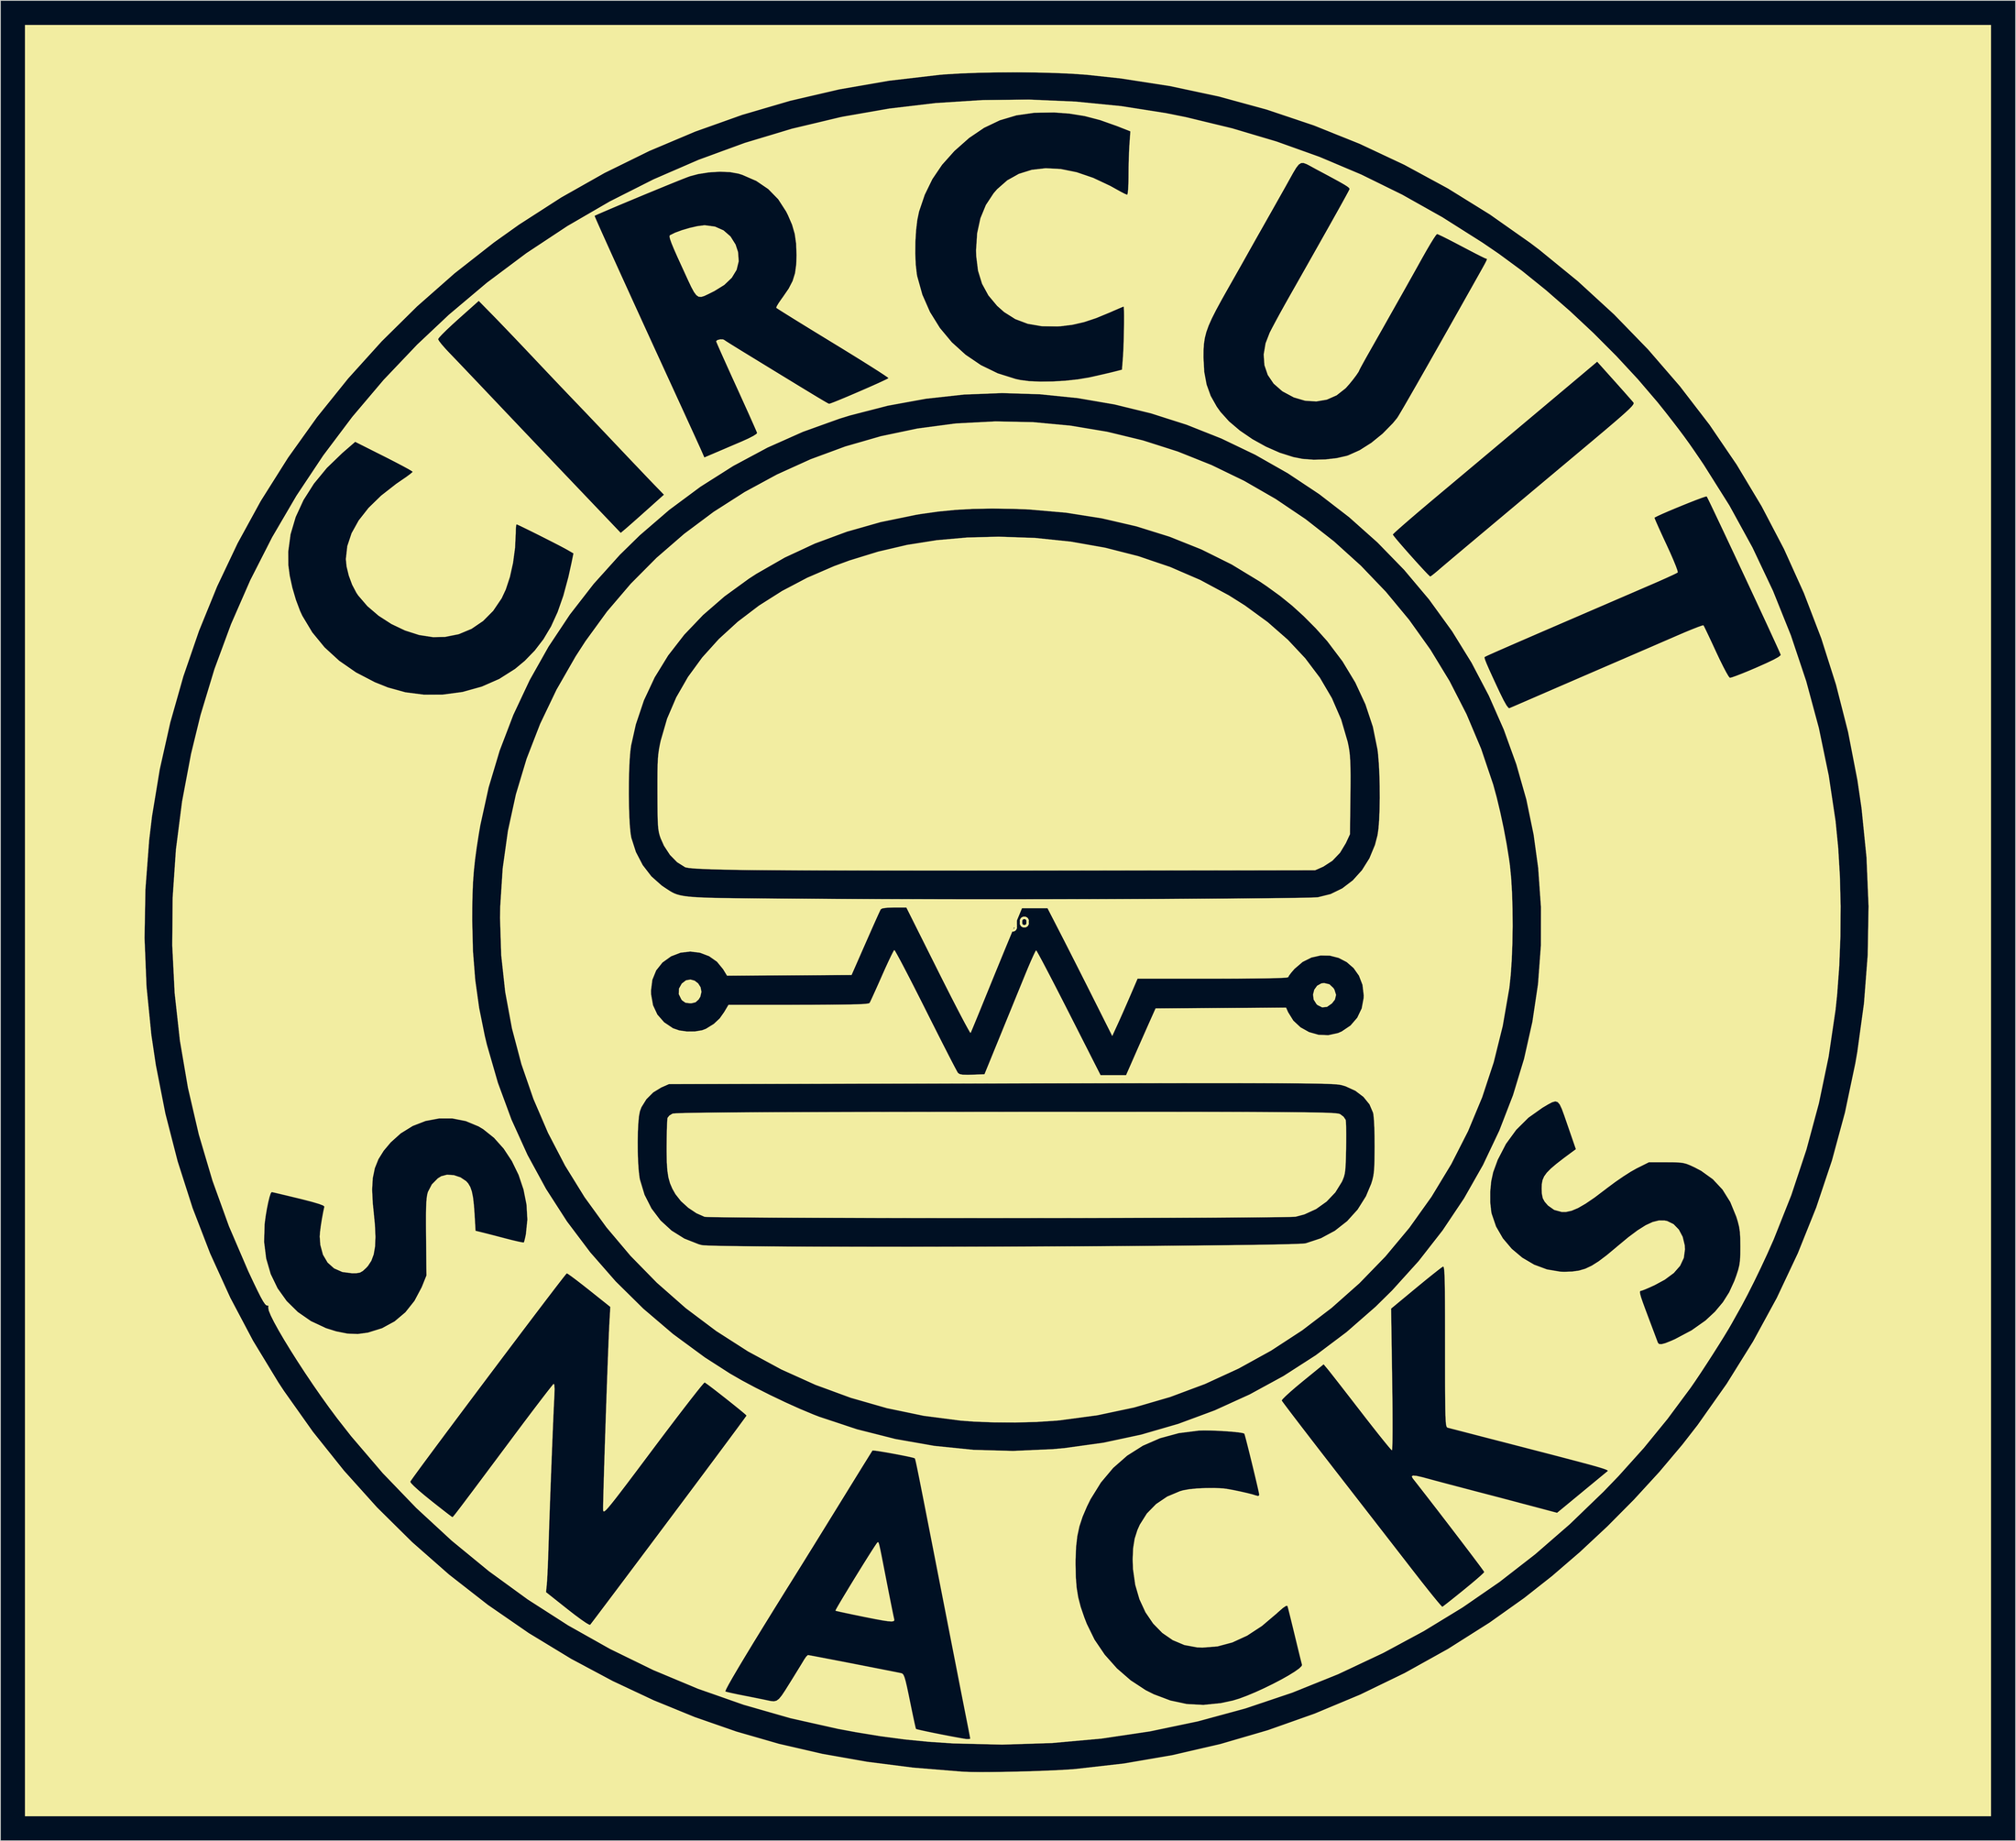
<source format=kicad_pcb>
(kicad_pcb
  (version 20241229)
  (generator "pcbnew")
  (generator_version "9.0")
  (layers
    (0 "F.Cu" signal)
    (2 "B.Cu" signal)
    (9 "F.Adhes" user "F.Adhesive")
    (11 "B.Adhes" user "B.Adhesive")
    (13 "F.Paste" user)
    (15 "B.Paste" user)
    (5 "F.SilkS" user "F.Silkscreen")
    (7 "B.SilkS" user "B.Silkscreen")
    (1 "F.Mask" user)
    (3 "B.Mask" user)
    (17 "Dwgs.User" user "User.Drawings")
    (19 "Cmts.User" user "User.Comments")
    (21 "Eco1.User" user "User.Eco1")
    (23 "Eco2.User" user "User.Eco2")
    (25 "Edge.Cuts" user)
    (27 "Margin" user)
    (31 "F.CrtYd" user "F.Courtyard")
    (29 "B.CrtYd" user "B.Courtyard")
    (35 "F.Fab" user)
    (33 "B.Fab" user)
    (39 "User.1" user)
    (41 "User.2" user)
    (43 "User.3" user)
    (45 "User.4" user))
  (footprint "Logo"
    (layer "F.Cu")
    (at 120.255 109.598)
    (property "Reference" "Logo" (at 0 0 0) (layer "F.SilkS") (effects (font (size 1.524 1.524) (thickness 0.3))))
    (attr through_hole)
    (fp_poly (pts (xy 39.32 7.8) (xy 39.813 8.265) (xy 39.936 8.47) (xy 40.129 9.095) (xy 39.988 9.671) (xy 39.623 10.138) (xy 39.027 10.557) (xy 38.436 10.624) (xy 37.866 10.34) (xy 37.737 10.221) (xy 37.393 9.672) (xy 37.313 9.054) (xy 37.465 8.458) (xy 37.817 7.972) (xy 38.336 7.685) (xy 38.669 7.643) (xy 39.32 7.8)) (stroke (width 0.01) (type solid)) (fill yes) (layer "F.SilkS"))
    (fp_poly (pts (xy -38.337 7.354) (xy -37.905 7.687) (xy -37.607 8.159) (xy -37.5 8.72) (xy -37.637 9.317) (xy -37.846 9.656) (xy -38.224 9.998) (xy -38.719 10.119) (xy -38.899 10.124) (xy -39.457 10.05) (xy -39.85 9.777) (xy -39.952 9.656) (xy -40.272 9) (xy -40.247 8.321) (xy -39.904 7.707) (xy -39.392 7.312) (xy -38.851 7.212) (xy -38.337 7.354)) (stroke (width 0.01) (type solid)) (fill yes) (layer "F.SilkS"))
    (fp_poly (pts (xy -35.85 -84.92) (xy -34.801 -84.456) (xy -33.949 -83.715) (xy -33.327 -82.724) (xy -33.025 -81.809) (xy -32.942 -80.687) (xy -33.2 -79.632) (xy -33.79 -78.66) (xy -34.702 -77.788) (xy -35.928 -77.029) (xy -36.057 -76.965) (xy -36.675 -76.657) (xy -37.154 -76.432) (xy -37.531 -76.317) (xy -37.843 -76.341) (xy -38.124 -76.532) (xy -38.412 -76.918) (xy -38.742 -77.527) (xy -39.149 -78.388) (xy -39.671 -79.529) (xy -39.861 -79.943) (xy -40.434 -81.198) (xy -40.862 -82.167) (xy -41.158 -82.884) (xy -41.334 -83.379) (xy -41.404 -83.687) (xy -41.378 -83.84) (xy -41.358 -83.858) (xy -40.728 -84.171) (xy -39.871 -84.485) (xy -38.916 -84.765) (xy -37.989 -84.974) (xy -37.216 -85.076) (xy -37.063 -85.081) (xy -35.85 -84.92)) (stroke (width 0.01) (type solid)) (fill yes) (layer "F.SilkS"))
    (fp_poly (pts (xy -15.84 76.116) (xy -15.785 76.269) (xy -15.712 76.557) (xy -15.611 77.018) (xy -15.475 77.687) (xy -15.295 78.603) (xy -15.061 79.8) (xy -14.828 80.996) (xy -14.596 82.183) (xy -14.381 83.264) (xy -14.196 84.189) (xy -14.05 84.903) (xy -13.953 85.354) (xy -13.923 85.481) (xy -13.91 85.634) (xy -14.004 85.73) (xy -14.243 85.766) (xy -14.663 85.739) (xy -15.303 85.646) (xy -16.2 85.483) (xy -17.392 85.247) (xy -17.94 85.135) (xy -18.942 84.928) (xy -19.816 84.743) (xy -20.507 84.594) (xy -20.956 84.491) (xy -21.108 84.449) (xy -21.038 84.29) (xy -20.807 83.878) (xy -20.444 83.26) (xy -19.979 82.483) (xy -19.441 81.594) (xy -18.859 80.64) (xy -18.261 79.669) (xy -17.676 78.727) (xy -17.134 77.861) (xy -16.664 77.12) (xy -16.294 76.55) (xy -16.054 76.198) (xy -15.978 76.106) (xy -15.928 76.072) (xy -15.884 76.063) (xy -15.84 76.116)) (stroke (width 0.01) (type solid)) (fill yes) (layer "F.SilkS"))
    (fp_poly (pts (xy 3.32 -46.822) (xy 7.673 -46.37) (xy 11.886 -45.624) (xy 15.943 -44.589) (xy 19.826 -43.271) (xy 23.519 -41.674) (xy 27.004 -39.801) (xy 28.976 -38.557) (xy 31.764 -36.522) (xy 34.225 -34.367) (xy 36.356 -32.095) (xy 38.155 -29.709) (xy 39.621 -27.211) (xy 40.751 -24.605) (xy 41.543 -21.892) (xy 41.651 -21.385) (xy 41.744 -20.851) (xy 41.814 -20.264) (xy 41.861 -19.57) (xy 41.89 -18.717) (xy 41.901 -17.651) (xy 41.896 -16.318) (xy 41.885 -15.257) (xy 41.83 -10.569) (xy 41.328 -9.482) (xy 40.612 -8.297) (xy 39.675 -7.318) (xy 38.583 -6.61) (xy 38.455 -6.551) (xy 37.567 -6.158) (xy 5.24 -6.125) (xy 1.776 -6.122) (xy -1.652 -6.121) (xy -5.021 -6.12) (xy -8.309 -6.121) (xy -11.494 -6.123) (xy -14.554 -6.126) (xy -17.467 -6.13) (xy -20.209 -6.135) (xy -22.76 -6.141) (xy -25.097 -6.148) (xy -27.198 -6.156) (xy -29.04 -6.165) (xy -30.601 -6.174) (xy -31.859 -6.184) (xy -32.792 -6.195) (xy -33.038 -6.199) (xy -34.869 -6.237) (xy -36.367 -6.278) (xy -37.55 -6.325) (xy -38.442 -6.378) (xy -39.061 -6.438) (xy -39.429 -6.507) (xy -39.501 -6.533) (xy -40.473 -7.141) (xy -41.352 -8.039) (xy -42.085 -9.162) (xy -42.488 -10.065) (xy -42.606 -10.409) (xy -42.697 -10.755) (xy -42.766 -11.152) (xy -42.814 -11.652) (xy -42.846 -12.306) (xy -42.866 -13.165) (xy -42.877 -14.28) (xy -42.883 -15.631) (xy -42.884 -17.06) (xy -42.877 -18.194) (xy -42.858 -19.093) (xy -42.823 -19.818) (xy -42.767 -20.428) (xy -42.688 -20.985) (xy -42.582 -21.548) (xy -42.48 -22.016) (xy -41.698 -24.707) (xy -40.582 -27.309) (xy -39.145 -29.81) (xy -37.403 -32.195) (xy -35.367 -34.453) (xy -33.051 -36.57) (xy -30.47 -38.534) (xy -27.636 -40.332) (xy -24.562 -41.95) (xy -21.263 -43.377) (xy -19.396 -44.062) (xy -15.871 -45.148) (xy -12.34 -45.972) (xy -8.733 -46.544) (xy -4.982 -46.875) (xy -1.155 -46.976) (xy 3.32 -46.822)) (stroke (width 0.01) (type solid)) (fill yes) (layer "F.SilkS"))
    (fp_poly (pts (xy 15.673 23.406) (xy 18.866 23.407) (xy 21.773 23.409) (xy 24.406 23.411) (xy 26.78 23.415) (xy 28.908 23.42) (xy 30.803 23.426) (xy 32.481 23.433) (xy 33.953 23.442) (xy 35.235 23.452) (xy 36.339 23.464) (xy 37.279 23.477) (xy 38.069 23.493) (xy 38.723 23.51) (xy 39.254 23.529) (xy 39.676 23.55) (xy 40.003 23.573) (xy 40.248 23.599) (xy 40.426 23.626) (xy 40.548 23.657) (xy 40.631 23.689) (xy 40.632 23.69) (xy 41.048 24.004) (xy 41.299 24.373) (xy 41.31 24.409) (xy 41.341 24.722) (xy 41.362 25.322) (xy 41.372 26.141) (xy 41.368 27.111) (xy 41.357 27.914) (xy 41.332 29.047) (xy 41.301 29.892) (xy 41.256 30.514) (xy 41.189 30.982) (xy 41.09 31.361) (xy 40.952 31.718) (xy 40.836 31.972) (xy 40.039 33.259) (xy 38.97 34.383) (xy 37.689 35.296) (xy 36.259 35.952) (xy 35.189 36.235) (xy 34.917 36.253) (xy 34.313 36.27) (xy 33.396 36.286) (xy 32.189 36.301) (xy 30.711 36.314) (xy 28.983 36.327) (xy 27.026 36.339) (xy 24.861 36.35) (xy 22.507 36.359) (xy 19.986 36.368) (xy 17.319 36.375) (xy 14.525 36.382) (xy 11.626 36.387) (xy 8.642 36.392) (xy 5.594 36.395) (xy 2.502 36.397) (xy -0.613 36.399) (xy -3.73 36.399) (xy -6.828 36.398) (xy -9.888 36.396) (xy -12.888 36.393) (xy -15.808 36.389) (xy -18.627 36.383) (xy -21.325 36.377) (xy -23.881 36.369) (xy -26.273 36.361) (xy -28.483 36.351) (xy -30.489 36.341) (xy -32.27 36.329) (xy -33.806 36.316) (xy -35.076 36.302) (xy -36.059 36.286) (xy -36.736 36.27) (xy -37.084 36.253) (xy -37.124 36.247) (xy -38.109 35.813) (xy -39.109 35.144) (xy -40.007 34.331) (xy -40.678 33.478) (xy -41.057 32.808) (xy -41.34 32.148) (xy -41.54 31.432) (xy -41.668 30.592) (xy -41.738 29.562) (xy -41.761 28.273) (xy -41.76 27.629) (xy -41.749 26.582) (xy -41.73 25.646) (xy -41.705 24.883) (xy -41.675 24.356) (xy -41.647 24.14) (xy -41.424 23.86) (xy -41.048 23.631) (xy -40.901 23.606) (xy -40.577 23.584) (xy -40.066 23.562) (xy -39.357 23.543) (xy -38.44 23.525) (xy -37.306 23.509) (xy -35.944 23.494) (xy -34.343 23.48) (xy -32.495 23.468) (xy -30.388 23.457) (xy -28.012 23.447) (xy -25.359 23.439) (xy -22.416 23.431) (xy -19.175 23.425) (xy -15.625 23.42) (xy -11.755 23.416) (xy -7.557 23.412) (xy -3.019 23.41) (xy -0.242 23.408) (xy 4.235 23.407) (xy 8.371 23.406) (xy 12.179 23.406) (xy 15.673 23.406)) (stroke (width 0.01) (type solid)) (fill yes) (layer "F.SilkS"))
    (fp_poly (pts (xy 120.25 109.593) (xy -120.25 109.593) (xy -120.25 2.137) (xy -105.625 2.137) (xy -105.384 8.069) (xy -104.793 13.978) (xy -104.245 17.673) (xy -103.075 23.63) (xy -101.575 29.466) (xy -99.749 35.172) (xy -97.601 40.739) (xy -95.134 46.157) (xy -92.353 51.416) (xy -89.26 56.508) (xy -88.575 57.55) (xy -85.03 62.553) (xy -81.231 67.308) (xy -77.186 71.809) (xy -72.898 76.052) (xy -68.374 80.031) (xy -63.618 83.744) (xy -58.636 87.184) (xy -53.432 90.347) (xy -48.358 93.057) (xy -43.357 95.408) (xy -38.328 97.465) (xy -33.238 99.237) (xy -28.051 100.734) (xy -22.734 101.963) (xy -17.252 102.934) (xy -11.57 103.656) (xy -5.655 104.137) (xy -5.329 104.156) (xy -4.501 104.185) (xy -3.383 104.196) (xy -2.042 104.191) (xy -0.542 104.171) (xy 1.051 104.138) (xy 2.672 104.093) (xy 4.255 104.038) (xy 5.736 103.975) (xy 7.049 103.906) (xy 8.128 103.831) (xy 8.182 103.827) (xy 14.159 103.15) (xy 20.099 102.127) (xy 25.98 100.765) (xy 31.784 99.071) (xy 37.49 97.052) (xy 43.077 94.718) (xy 48.526 92.075) (xy 53.815 89.131) (xy 58.925 85.894) (xy 63.145 82.894) (xy 66.547 80.213) (xy 69.962 77.27) (xy 73.328 74.126) (xy 76.582 70.844) (xy 79.662 67.485) (xy 82.506 64.112) (xy 84.362 61.724) (xy 87.913 56.688) (xy 91.14 51.507) (xy 94.042 46.182) (xy 96.619 40.715) (xy 98.869 35.109) (xy 100.791 29.366) (xy 102.385 23.488) (xy 103.65 17.476) (xy 103.896 16.063) (xy 104.708 10.143) (xy 105.166 4.202) (xy 105.269 -1.761) (xy 105.018 -7.745) (xy 104.412 -13.75) (xy 103.91 -17.172) (xy 102.769 -23.069) (xy 101.292 -28.86) (xy 99.488 -34.532) (xy 97.363 -40.072) (xy 94.926 -45.469) (xy 92.182 -50.712) (xy 89.14 -55.787) (xy 85.807 -60.684) (xy 82.19 -65.389) (xy 78.297 -69.891) (xy 74.134 -74.178) (xy 69.709 -78.238) (xy 65.03 -82.059) (xy 63.901 -82.916) (xy 58.941 -86.408) (xy 53.799 -89.597) (xy 48.489 -92.478) (xy 43.022 -95.048) (xy 37.41 -97.301) (xy 31.666 -99.233) (xy 25.8 -100.839) (xy 19.827 -102.115) (xy 13.756 -103.056) (xy 9.598 -103.501) (xy 7.807 -103.626) (xy 5.746 -103.718) (xy 3.5 -103.776) (xy 1.151 -103.8) (xy -1.216 -103.789) (xy -3.517 -103.745) (xy -5.67 -103.667) (xy -7.59 -103.555) (xy -8.348 -103.494) (xy -14.544 -102.771) (xy -20.645 -101.711) (xy -26.639 -100.318) (xy -32.516 -98.595) (xy -38.268 -96.546) (xy -43.883 -94.175) (xy -49.352 -91.486) (xy -54.664 -88.482) (xy -59.809 -85.168) (xy -62.878 -82.983) (xy -67.691 -79.209) (xy -72.275 -75.169) (xy -76.619 -70.877) (xy -80.709 -66.348) (xy -84.531 -61.597) (xy -88.073 -56.639) (xy -91.32 -51.489) (xy -91.465 -51.244) (xy -94.243 -46.171) (xy -96.745 -40.896) (xy -98.961 -35.456) (xy -100.877 -29.887) (xy -102.482 -24.226) (xy -103.764 -18.509) (xy -104.71 -12.774) (xy -105.059 -9.858) (xy -105.517 -3.834) (xy -105.625 2.137) (xy -120.25 2.137) (xy -120.25 -109.593) (xy 120.25 -109.593) (xy 120.25 109.593)) (stroke (width 0.01) (type solid)) (fill yes) (layer "F.SilkS"))
    (fp_poly (pts (xy 3.097 -60.988) (xy 7.656 -60.56) (xy 12.13 -59.812) (xy 16.505 -58.752) (xy 20.767 -57.39) (xy 24.902 -55.736) (xy 28.895 -53.8) (xy 32.732 -51.591) (xy 36.398 -49.119) (xy 39.879 -46.394) (xy 43.162 -43.425) (xy 46.23 -40.221) (xy 49.071 -36.793) (xy 51.67 -33.151) (xy 54.012 -29.303) (xy 56.083 -25.26) (xy 57.869 -21.031) (xy 59.348 -16.65) (xy 59.781 -15.065) (xy 60.216 -13.244) (xy 60.629 -11.305) (xy 60.994 -9.365) (xy 61.288 -7.543) (xy 61.396 -6.75) (xy 61.549 -5.193) (xy 61.656 -3.375) (xy 61.716 -1.384) (xy 61.73 0.695) (xy 61.698 2.775) (xy 61.621 4.769) (xy 61.5 6.592) (xy 61.335 8.156) (xy 61.318 8.28) (xy 60.515 12.9) (xy 59.413 17.34) (xy 58.002 21.62) (xy 56.276 25.765) (xy 54.224 29.795) (xy 51.84 33.733) (xy 51.772 33.837) (xy 49.098 37.586) (xy 46.165 41.101) (xy 42.99 44.372) (xy 39.59 47.389) (xy 35.982 50.141) (xy 32.184 52.619) (xy 28.212 54.812) (xy 24.083 56.71) (xy 19.815 58.303) (xy 15.424 59.581) (xy 10.927 60.534) (xy 6.341 61.151) (xy 5.862 61.196) (xy 3.481 61.351) (xy 0.911 61.421) (xy -1.703 61.406) (xy -4.216 61.305) (xy -5.785 61.188) (xy -10.31 60.601) (xy -14.795 59.669) (xy -19.212 58.404) (xy -23.536 56.818) (xy -27.74 54.92) (xy -31.796 52.722) (xy -35.679 50.234) (xy -39.361 47.469) (xy -39.471 47.38) (xy -42.953 44.315) (xy -46.173 41.027) (xy -49.122 37.531) (xy -51.793 33.846) (xy -54.176 29.99) (xy -55.705 27.053) (xy -45.299 27.053) (xy -45.291 28.277) (xy -45.252 29.461) (xy -45.182 30.525) (xy -45.082 31.39) (xy -45.027 31.69) (xy -44.464 33.552) (xy -43.614 35.232) (xy -42.502 36.704) (xy -41.153 37.942) (xy -39.591 38.919) (xy -37.84 39.609) (xy -37.478 39.709) (xy -37.171 39.741) (xy -36.528 39.771) (xy -35.572 39.798) (xy -34.323 39.821) (xy -32.802 39.842) (xy -31.03 39.861) (xy -29.026 39.876) (xy -26.813 39.889) (xy -24.411 39.9) (xy -21.841 39.907) (xy -19.122 39.913) (xy -16.277 39.916) (xy -13.326 39.916) (xy -10.29 39.915) (xy -7.189 39.911) (xy -4.044 39.905) (xy -0.876 39.897) (xy 2.294 39.887) (xy 5.445 39.875) (xy 8.558 39.861) (xy 11.61 39.845) (xy 14.581 39.828) (xy 17.451 39.808) (xy 20.199 39.788) (xy 22.804 39.765) (xy 25.244 39.741) (xy 27.5 39.715) (xy 29.551 39.688) (xy 31.376 39.66) (xy 32.954 39.63) (xy 34.264 39.599) (xy 35.285 39.567) (xy 35.998 39.534) (xy 36.381 39.5) (xy 36.413 39.494) (xy 38.276 38.878) (xy 39.978 37.964) (xy 41.486 36.783) (xy 42.768 35.365) (xy 43.789 33.738) (xy 44.43 32.212) (xy 44.576 31.741) (xy 44.682 31.287) (xy 44.757 30.782) (xy 44.804 30.159) (xy 44.832 29.349) (xy 44.845 28.285) (xy 44.848 27.656) (xy 44.842 26.418) (xy 44.813 25.314) (xy 44.766 24.405) (xy 44.703 23.754) (xy 44.66 23.519) (xy 44.22 22.487) (xy 43.481 21.575) (xy 42.49 20.824) (xy 41.293 20.277) (xy 40.828 20.14) (xy 40.682 20.108) (xy 40.495 20.078) (xy 40.254 20.051) (xy 39.944 20.026) (xy 39.552 20.004) (xy 39.064 19.984) (xy 38.466 19.966) (xy 37.745 19.95) (xy 36.886 19.937) (xy 35.876 19.925) (xy 34.701 19.915) (xy 33.348 19.907) (xy 31.801 19.901) (xy 30.049 19.897) (xy 28.076 19.894) (xy 25.869 19.893) (xy 23.415 19.893) (xy 20.699 19.895) (xy 17.708 19.898) (xy 14.428 19.902) (xy 10.844 19.908) (xy 6.944 19.915) (xy 2.714 19.923) (xy -0.888 19.93) (xy -41.475 20.009) (xy -42.414 20.42) (xy -43.396 21.02) (xy -44.234 21.857) (xy -44.843 22.837) (xy -45.028 23.327) (xy -45.142 23.925) (xy -45.225 24.797) (xy -45.277 25.866) (xy -45.299 27.053) (xy -55.705 27.053) (xy -56.264 25.979) (xy -58.048 21.832) (xy -59.521 17.566) (xy -60.675 13.199) (xy -61.501 8.747) (xy -61.521 8.565) (xy -43.674 8.565) (xy -43.662 9.023) (xy -43.426 10.36) (xy -42.895 11.502) (xy -42.067 12.447) (xy -40.982 13.178) (xy -40.215 13.443) (xy -39.277 13.574) (xy -38.301 13.568) (xy -37.424 13.424) (xy -36.945 13.242) (xy -35.98 12.643) (xy -35.257 11.963) (xy -34.725 11.207) (xy -34.192 10.309) (xy -25.633 10.306) (xy -23.568 10.303) (xy -21.835 10.296) (xy -20.409 10.284) (xy -19.264 10.266) (xy -18.378 10.243) (xy -17.725 10.213) (xy -17.282 10.175) (xy -17.024 10.129) (xy -16.929 10.08) (xy -16.815 9.854) (xy -16.584 9.357) (xy -16.26 8.644) (xy -15.868 7.769) (xy -15.434 6.788) (xy -15.419 6.753) (xy -14.986 5.783) (xy -14.594 4.932) (xy -14.269 4.251) (xy -14.033 3.791) (xy -13.912 3.603) (xy -13.909 3.601) (xy -13.803 3.745) (xy -13.556 4.177) (xy -13.183 4.865) (xy -12.701 5.778) (xy -12.126 6.886) (xy -11.475 8.158) (xy -10.762 9.562) (xy -10.055 10.969) (xy -9.296 12.482) (xy -8.579 13.902) (xy -7.922 15.198) (xy -7.341 16.335) (xy -6.853 17.283) (xy -6.474 18.007) (xy -6.222 18.475) (xy -6.116 18.65) (xy -5.912 18.786) (xy -5.544 18.858) (xy -4.94 18.874) (xy -4.382 18.86) (xy -2.876 18.803) (xy -1.049 14.33) (xy -0.477 12.929) (xy 0.133 11.437) (xy 0.742 9.944) (xy 1.314 8.543) (xy 1.81 7.327) (xy 2.046 6.75) (xy 2.448 5.778) (xy 2.812 4.93) (xy 3.114 4.258) (xy 3.331 3.811) (xy 3.44 3.642) (xy 3.442 3.641) (xy 3.545 3.795) (xy 3.792 4.235) (xy 4.167 4.931) (xy 4.654 5.853) (xy 5.236 6.969) (xy 5.898 8.25) (xy 6.623 9.664) (xy 7.396 11.182) (xy 7.446 11.279) (xy 11.322 18.917) (xy 14.443 18.917) (xy 15.574 16.341) (xy 16.029 15.305) (xy 16.499 14.24) (xy 16.936 13.253) (xy 17.292 12.451) (xy 17.379 12.256) (xy 18.053 10.746) (xy 26.034 10.7) (xy 34.015 10.654) (xy 34.266 11.22) (xy 34.904 12.248) (xy 35.78 13.066) (xy 36.828 13.65) (xy 37.984 13.978) (xy 39.183 14.025) (xy 40.36 13.769) (xy 40.818 13.572) (xy 41.896 12.847) (xy 42.721 11.891) (xy 43.268 10.748) (xy 43.508 9.463) (xy 43.517 9.148) (xy 43.364 7.862) (xy 42.934 6.744) (xy 42.274 5.81) (xy 41.429 5.078) (xy 40.445 4.565) (xy 39.369 4.29) (xy 38.245 4.268) (xy 37.12 4.519) (xy 36.039 5.059) (xy 35.049 5.905) (xy 35.036 5.919) (xy 34.641 6.377) (xy 34.368 6.744) (xy 34.281 6.923) (xy 34.106 6.97) (xy 33.581 7.01) (xy 32.704 7.043) (xy 31.475 7.069) (xy 29.894 7.088) (xy 27.959 7.1) (xy 25.67 7.105) (xy 25.065 7.105) (xy 15.85 7.105) (xy 14.952 9.192) (xy 14.533 10.159) (xy 14.089 11.171) (xy 13.677 12.096) (xy 13.403 12.7) (xy 12.752 14.121) (xy 10.301 9.236) (xy 9.597 7.836) (xy 8.859 6.373) (xy 8.126 4.924) (xy 7.436 3.564) (xy 6.829 2.371) (xy 6.342 1.421) (xy 4.834 -1.51) (xy 1.709 -1.51) (xy 0.308 1.865) (xy -0.188 3.063) (xy -0.773 4.484) (xy -1.403 6.021) (xy -2.035 7.568) (xy -2.626 9.017) (xy -2.787 9.414) (xy -3.252 10.558) (xy -3.677 11.596) (xy -4.041 12.48) (xy -4.325 13.166) (xy -4.512 13.606) (xy -4.578 13.751) (xy -4.674 13.63) (xy -4.912 13.22) (xy -5.277 12.552) (xy -5.753 11.653) (xy -6.324 10.556) (xy -6.975 9.288) (xy -7.69 7.88) (xy -8.454 6.361) (xy -8.555 6.158) (xy -12.434 -1.599) (xy -13.933 -1.599) (xy -14.824 -1.571) (xy -15.371 -1.489) (xy -15.57 -1.377) (xy -15.677 -1.157) (xy -15.906 -0.66) (xy -16.233 0.067) (xy -16.638 0.976) (xy -17.099 2.019) (xy -17.422 2.753) (xy -19.137 6.661) (xy -34.37 6.741) (xy -34.851 5.947) (xy -35.602 5.031) (xy -36.564 4.356) (xy -37.671 3.936) (xy -38.859 3.788) (xy -40.063 3.929) (xy -41.216 4.373) (xy -41.217 4.374) (xy -42.271 5.131) (xy -43.037 6.092) (xy -43.507 7.242) (xy -43.674 8.565) (xy -61.521 8.565) (xy -61.992 4.23) (xy -62.139 -0.337) (xy -62.115 -1.687) (xy -61.811 -6.385) (xy -61.172 -10.967) (xy -60.195 -15.44) (xy -60.188 -15.466) (xy -46.386 -15.466) (xy -46.368 -14.065) (xy -46.327 -12.755) (xy -46.262 -11.604) (xy -46.173 -10.682) (xy -46.082 -10.138) (xy -45.517 -8.381) (xy -44.688 -6.789) (xy -43.627 -5.409) (xy -42.365 -4.286) (xy -42.022 -4.051) (xy -41.688 -3.832) (xy -41.392 -3.639) (xy -41.109 -3.471) (xy -40.817 -3.325) (xy -40.49 -3.201) (xy -40.105 -3.095) (xy -39.639 -3.007) (xy -39.067 -2.934) (xy -38.365 -2.875) (xy -37.511 -2.828) (xy -36.479 -2.791) (xy -35.247 -2.761) (xy -33.79 -2.739) (xy -32.084 -2.72) (xy -30.106 -2.705) (xy -27.832 -2.69) (xy -25.237 -2.675) (xy -23.89 -2.667) (xy -21.227 -2.652) (xy -18.421 -2.64) (xy -15.493 -2.629) (xy -12.464 -2.622) (xy -9.354 -2.616) (xy -6.185 -2.612) (xy -2.976 -2.61) (xy 0.251 -2.611) (xy 3.477 -2.613) (xy 6.679 -2.617) (xy 9.838 -2.623) (xy 12.932 -2.631) (xy 15.942 -2.64) (xy 18.846 -2.65) (xy 21.624 -2.663) (xy 24.255 -2.677) (xy 26.719 -2.692) (xy 28.994 -2.708) (xy 31.06 -2.726) (xy 32.896 -2.745) (xy 34.482 -2.765) (xy 35.797 -2.786) (xy 36.82 -2.808) (xy 37.531 -2.831) (xy 37.909 -2.855) (xy 37.922 -2.857) (xy 39.464 -3.241) (xy 40.894 -3.94) (xy 42.181 -4.922) (xy 43.296 -6.157) (xy 44.21 -7.613) (xy 44.893 -9.259) (xy 45.204 -10.447) (xy 45.317 -11.234) (xy 45.4 -12.301) (xy 45.453 -13.572) (xy 45.475 -14.974) (xy 45.468 -16.431) (xy 45.431 -17.87) (xy 45.363 -19.214) (xy 45.266 -20.391) (xy 45.2 -20.94) (xy 44.635 -23.72) (xy 43.726 -26.458) (xy 42.486 -29.131) (xy 40.924 -31.717) (xy 39.053 -34.194) (xy 37.642 -35.771) (xy 36.176 -37.247) (xy 34.758 -38.537) (xy 33.278 -39.734) (xy 31.625 -40.93) (xy 30.826 -41.472) (xy 27.355 -43.58) (xy 23.667 -45.413) (xy 19.78 -46.968) (xy 15.709 -48.24) (xy 11.47 -49.223) (xy 7.08 -49.914) (xy 2.554 -50.308) (xy 0.622 -50.383) (xy -1.946 -50.417) (xy -4.257 -50.377) (xy -6.407 -50.258) (xy -8.489 -50.055) (xy -10.595 -49.761) (xy -11.266 -49.651) (xy -15.581 -48.762) (xy -19.7 -47.592) (xy -23.613 -46.145) (xy -27.312 -44.423) (xy -30.786 -42.431) (xy -31.709 -41.831) (xy -34.672 -39.678) (xy -37.304 -37.395) (xy -39.606 -34.982) (xy -41.578 -32.438) (xy -43.222 -29.762) (xy -44.538 -26.953) (xy -45.527 -24.01) (xy -46.11 -21.403) (xy -46.214 -20.588) (xy -46.294 -19.517) (xy -46.349 -18.261) (xy -46.379 -16.887) (xy -46.386 -15.466) (xy -60.188 -15.466) (xy -58.881 -19.808) (xy -57.226 -24.074) (xy -55.23 -28.243) (xy -52.892 -32.32) (xy -51.682 -34.192) (xy -49.048 -37.812) (xy -46.143 -41.216) (xy -42.988 -44.392) (xy -39.601 -47.329) (xy -36.004 -50.015) (xy -32.215 -52.438) (xy -28.256 -54.587) (xy -24.145 -56.45) (xy -19.904 -58.015) (xy -15.551 -59.27) (xy -11.106 -60.205) (xy -6.59 -60.806) (xy -6.217 -60.841) (xy -1.532 -61.084) (xy 3.097 -60.988)) (stroke (width 0.01) (type solid)) (fill yes) (layer "F.SilkS"))
    (fp_poly (pts (xy 8.239 -100.217) (xy 13.829 -99.666) (xy 19.296 -98.809) (xy 21.759 -98.313) (xy 27.419 -96.943) (xy 32.856 -95.326) (xy 38.107 -93.446) (xy 43.213 -91.287) (xy 48.21 -88.83) (xy 53.138 -86.06) (xy 58.036 -82.958) (xy 60.051 -81.582) (xy 62.883 -79.498) (xy 65.797 -77.147) (xy 68.732 -74.588) (xy 71.626 -71.879) (xy 74.417 -69.078) (xy 77.046 -66.243) (xy 79.449 -63.433) (xy 80.39 -62.257) (xy 81.304 -61.084) (xy 82.058 -60.101) (xy 82.712 -59.225) (xy 83.33 -58.368) (xy 83.973 -57.445) (xy 84.704 -56.372) (xy 85.107 -55.773) (xy 88.243 -50.794) (xy 91.067 -45.646) (xy 93.578 -40.339) (xy 95.769 -34.885) (xy 97.639 -29.293) (xy 99.183 -23.574) (xy 100.396 -17.738) (xy 101.231 -12.167) (xy 101.553 -8.91) (xy 101.76 -5.414) (xy 101.85 -1.773) (xy 101.824 1.916) (xy 101.682 5.557) (xy 101.424 9.055) (xy 101.228 10.924) (xy 100.381 16.654) (xy 99.189 22.367) (xy 97.665 28.024) (xy 95.819 33.587) (xy 93.662 39.016) (xy 92.867 40.807) (xy 92.078 42.504) (xy 91.272 44.169) (xy 90.492 45.718) (xy 89.779 47.067) (xy 89.432 47.692) (xy 89.102 48.278) (xy 88.718 48.965) (xy 88.538 49.29) (xy 88.143 49.973) (xy 87.592 50.881) (xy 86.93 51.945) (xy 86.201 53.094) (xy 85.449 54.261) (xy 84.718 55.376) (xy 84.053 56.37) (xy 83.497 57.174) (xy 83.496 57.176) (xy 80.675 60.979) (xy 77.764 64.546) (xy 74.663 67.994) (xy 72.855 69.87) (xy 68.71 73.869) (xy 64.48 77.545) (xy 60.124 80.929) (xy 55.602 84.049) (xy 50.873 86.935) (xy 45.915 89.608) (xy 40.386 92.215) (xy 34.762 94.48) (xy 29.047 96.403) (xy 23.247 97.981) (xy 17.365 99.214) (xy 11.406 100.101) (xy 5.375 100.642) (xy -0.724 100.835) (xy -6.661 100.691) (xy -9.657 100.493) (xy -12.58 100.206) (xy -15.537 99.816) (xy -18.641 99.308) (xy -20.782 98.91) (xy -26.616 97.601) (xy -32.334 95.961) (xy -37.064 94.3) (xy -34.578 94.3) (xy -34.574 94.334) (xy -34.327 94.408) (xy -33.808 94.53) (xy -33.095 94.683) (xy -32.327 94.836) (xy -31.434 95.012) (xy -30.592 95.18) (xy -29.907 95.319) (xy -29.54 95.397) (xy -29.029 95.503) (xy -28.639 95.538) (xy -28.318 95.462) (xy -28.014 95.238) (xy -27.677 94.828) (xy -27.253 94.194) (xy -26.692 93.297) (xy -26.691 93.296) (xy -26.166 92.449) (xy -25.681 91.662) (xy -25.28 91.008) (xy -25.008 90.557) (xy -24.948 90.454) (xy -24.694 90.079) (xy -24.492 89.885) (xy -24.463 89.877) (xy -24.269 89.91) (xy -23.777 90.001) (xy -23.036 90.142) (xy -22.098 90.322) (xy -21.013 90.531) (xy -19.831 90.76) (xy -18.601 91) (xy -17.375 91.239) (xy -16.203 91.469) (xy -15.135 91.679) (xy -14.221 91.86) (xy -13.511 92.002) (xy -13.057 92.096) (xy -13.041 92.099) (xy -12.904 92.16) (xy -12.783 92.31) (xy -12.661 92.596) (xy -12.526 93.063) (xy -12.362 93.758) (xy -12.157 94.727) (xy -11.997 95.512) (xy -11.784 96.553) (xy -11.592 97.469) (xy -11.433 98.205) (xy -11.318 98.706) (xy -11.259 98.917) (xy -11.258 98.92) (xy -11.068 98.979) (xy -10.599 99.089) (xy -9.917 99.236) (xy -9.092 99.406) (xy -8.193 99.587) (xy -7.288 99.763) (xy -6.446 99.922) (xy -5.737 100.05) (xy -5.228 100.134) (xy -5.018 100.159) (xy -4.706 100.146) (xy -4.618 100.102) (xy -4.651 99.908) (xy -4.741 99.435) (xy -4.874 98.752) (xy -5.037 97.927) (xy -5.055 97.837) (xy -5.163 97.292) (xy -5.332 96.433) (xy -5.556 95.294) (xy -5.828 93.911) (xy -6.14 92.318) (xy -6.486 90.55) (xy -6.86 88.641) (xy -7.254 86.626) (xy -7.662 84.54) (xy -7.903 83.305) (xy -8.46 80.456) (xy -8.789 78.776) (xy 8.263 78.776) (xy 8.293 80.32) (xy 8.394 81.628) (xy 8.587 82.815) (xy 8.894 83.997) (xy 9.337 85.288) (xy 9.635 86.058) (xy 10.586 87.999) (xy 11.833 89.836) (xy 13.325 91.513) (xy 15.011 92.978) (xy 16.838 94.176) (xy 17.83 94.676) (xy 19.853 95.438) (xy 21.862 95.87) (xy 23.905 95.976) (xy 26.032 95.761) (xy 27.504 95.445) (xy 28.308 95.2) (xy 29.248 94.849) (xy 30.276 94.417) (xy 31.345 93.929) (xy 32.407 93.41) (xy 33.413 92.884) (xy 34.316 92.377) (xy 35.068 91.912) (xy 35.621 91.516) (xy 35.927 91.212) (xy 35.968 91.066) (xy 35.906 90.834) (xy 35.775 90.314) (xy 35.59 89.561) (xy 35.363 88.633) (xy 35.11 87.588) (xy 35.084 87.479) (xy 34.828 86.422) (xy 34.596 85.475) (xy 34.403 84.696) (xy 34.262 84.143) (xy 34.188 83.871) (xy 34.185 83.863) (xy 34.019 83.849) (xy 33.629 84.11) (xy 33.013 84.647) (xy 32.867 84.784) (xy 31.06 86.316) (xy 29.256 87.496) (xy 27.447 88.328) (xy 25.625 88.816) (xy 23.781 88.963) (xy 23.128 88.935) (xy 21.578 88.649) (xy 20.153 88.05) (xy 18.872 87.165) (xy 17.754 86.019) (xy 16.817 84.639) (xy 16.082 83.052) (xy 15.567 81.283) (xy 15.292 79.36) (xy 15.25 78.146) (xy 15.311 76.782) (xy 15.496 75.634) (xy 15.831 74.582) (xy 16.125 73.923) (xy 16.984 72.561) (xy 18.114 71.404) (xy 19.476 70.483) (xy 21.031 69.829) (xy 21.418 69.718) (xy 22.151 69.584) (xy 23.119 69.489) (xy 24.201 69.437) (xy 25.278 69.431) (xy 26.232 69.476) (xy 26.738 69.536) (xy 27.557 69.684) (xy 28.429 69.864) (xy 29.25 70.051) (xy 29.915 70.221) (xy 30.27 70.333) (xy 30.606 70.422) (xy 30.723 70.317) (xy 30.729 70.238) (xy 30.688 70.007) (xy 30.578 69.502) (xy 30.412 68.784) (xy 30.206 67.914) (xy 29.975 66.954) (xy 29.734 65.966) (xy 29.499 65.013) (xy 29.283 64.155) (xy 29.103 63.455) (xy 28.973 62.975) (xy 28.908 62.776) (xy 28.907 62.774) (xy 28.667 62.698) (xy 28.146 62.62) (xy 27.42 62.546) (xy 26.562 62.481) (xy 25.648 62.43) (xy 24.753 62.398) (xy 23.951 62.389) (xy 23.357 62.407) (xy 20.891 62.719) (xy 18.598 63.339) (xy 16.489 64.26) (xy 14.574 65.473) (xy 12.864 66.973) (xy 11.368 68.753) (xy 10.096 70.804) (xy 9.661 71.683) (xy 9.124 72.941) (xy 8.735 74.121) (xy 8.476 75.322) (xy 8.326 76.64) (xy 8.266 78.176) (xy 8.263 78.776) (xy -8.789 78.776) (xy -8.953 77.936) (xy -9.385 75.724) (xy -9.762 73.8) (xy -10.087 72.143) (xy -10.364 70.735) (xy -10.598 69.553) (xy -10.791 68.579) (xy -10.949 67.791) (xy -11.076 67.17) (xy -11.175 66.696) (xy -11.25 66.347) (xy -11.306 66.105) (xy -11.347 65.948) (xy -11.376 65.857) (xy -11.398 65.811) (xy -11.41 65.797) (xy -11.612 65.729) (xy -12.082 65.619) (xy -12.746 65.481) (xy -13.528 65.329) (xy -14.352 65.176) (xy -15.144 65.037) (xy -15.827 64.925) (xy -16.327 64.855) (xy -16.568 64.84) (xy -16.578 64.844) (xy -16.684 65.01) (xy -16.952 65.438) (xy -17.358 66.092) (xy -17.878 66.93) (xy -18.487 67.915) (xy -19.16 69.007) (xy -19.27 69.184) (xy -20.546 71.254) (xy -21.724 73.162) (xy -22.787 74.884) (xy -23.723 76.398) (xy -24.518 77.681) (xy -25.157 78.711) (xy -25.627 79.465) (xy -25.695 79.575) (xy -27.287 82.123) (xy -28.736 84.456) (xy -30.038 86.565) (xy -31.188 88.44) (xy -32.179 90.074) (xy -33.007 91.456) (xy -33.666 92.579) (xy -34.151 93.433) (xy -34.457 94.01) (xy -34.578 94.3) (xy -37.064 94.3) (xy -37.923 93.999) (xy -43.371 91.721) (xy -48.665 89.136) (xy -53.792 86.252) (xy -58.74 83.076) (xy -63.496 79.616) (xy -68.047 75.88) (xy -72.381 71.877) (xy -75.475 68.663) (xy -73.121 68.663) (xy -73.016 68.848) (xy -72.659 69.217) (xy -72.081 69.741) (xy -71.314 70.389) (xy -70.627 70.946) (xy -69.809 71.594) (xy -69.088 72.159) (xy -68.511 72.605) (xy -68.121 72.898) (xy -67.963 73.003) (xy -67.931 72.986) (xy -67.867 72.921) (xy -67.756 72.791) (xy -67.583 72.575) (xy -67.334 72.254) (xy -66.994 71.809) (xy -66.549 71.22) (xy -65.985 70.469) (xy -65.285 69.537) (xy -64.437 68.403) (xy -63.426 67.048) (xy -62.236 65.455) (xy -60.854 63.602) (xy -60.315 62.878) (xy -59.347 61.584) (xy -58.441 60.38) (xy -57.619 59.296) (xy -56.905 58.361) (xy -56.321 57.605) (xy -55.889 57.057) (xy -55.633 56.747) (xy -55.572 56.688) (xy -55.497 56.824) (xy -55.468 57.283) (xy -55.485 58.036) (xy -55.503 58.375) (xy -55.537 59.029) (xy -55.582 59.989) (xy -55.635 61.209) (xy -55.695 62.642) (xy -55.76 64.238) (xy -55.827 65.952) (xy -55.896 67.735) (xy -55.964 69.539) (xy -56.029 71.317) (xy -56.09 73.021) (xy -56.144 74.603) (xy -56.191 76.017) (xy -56.216 76.822) (xy -56.254 77.959) (xy -56.297 79.046) (xy -56.341 80.004) (xy -56.382 80.755) (xy -56.415 81.189) (xy -56.512 82.181) (xy -53.894 84.26) (xy -52.99 84.963) (xy -52.225 85.529) (xy -51.634 85.934) (xy -51.251 86.154) (xy -51.117 86.18) (xy -50.989 86.017) (xy -50.664 85.59) (xy -50.157 84.92) (xy -49.484 84.026) (xy -48.66 82.931) (xy -47.699 81.653) (xy -46.619 80.214) (xy -45.434 78.634) (xy -44.159 76.933) (xy -42.811 75.133) (xy -41.469 73.339) (xy -40.067 71.465) (xy -38.728 69.673) (xy -37.467 67.983) (xy -36.298 66.414) (xy -35.238 64.989) (xy -34.3 63.726) (xy -33.5 62.647) (xy -32.854 61.771) (xy -32.375 61.119) (xy -32.08 60.712) (xy -31.984 60.569) (xy -32.117 60.435) (xy -32.479 60.126) (xy -33.014 59.687) (xy -33.669 59.159) (xy -34.389 58.586) (xy -35.122 58.009) (xy -35.812 57.472) (xy -36.406 57.018) (xy -36.85 56.689) (xy -37.09 56.527) (xy -37.108 56.519) (xy -37.244 56.646) (xy -37.573 57.033) (xy -38.074 57.656) (xy -38.729 58.489) (xy -39.518 59.507) (xy -40.422 60.685) (xy -41.42 61.998) (xy -42.495 63.421) (xy -43.378 64.598) (xy -44.67 66.323) (xy -45.766 67.784) (xy -46.683 68.999) (xy -47.436 69.988) (xy -48.042 70.773) (xy -48.517 71.371) (xy -48.877 71.804) (xy -49.138 72.091) (xy -49.317 72.251) (xy -49.43 72.306) (xy -49.492 72.274) (xy -49.521 72.176) (xy -49.525 72.142) (xy -49.528 71.868) (xy -49.519 71.277) (xy -49.499 70.404) (xy -49.47 69.288) (xy -49.432 67.966) (xy -49.387 66.475) (xy -49.336 64.853) (xy -49.28 63.135) (xy -49.221 61.36) (xy -49.16 59.565) (xy -49.098 57.786) (xy -49.036 56.062) (xy -48.976 54.429) (xy -48.918 52.924) (xy -48.865 51.585) (xy -48.817 50.449) (xy -48.775 49.552) (xy -48.75 49.081) (xy -48.646 47.273) (xy -51.225 45.217) (xy -52.048 44.568) (xy -52.781 44.002) (xy -53.377 43.556) (xy -53.789 43.265) (xy -53.97 43.162) (xy -54.095 43.301) (xy -54.413 43.699) (xy -54.906 44.334) (xy -55.556 45.18) (xy -56.344 46.212) (xy -57.252 47.406) (xy -58.262 48.738) (xy -59.354 50.182) (xy -60.51 51.715) (xy -61.713 53.311) (xy -62.943 54.947) (xy -64.182 56.596) (xy -65.411 58.236) (xy -66.613 59.841) (xy -67.768 61.387) (xy -68.858 62.848) (xy -69.865 64.202) (xy -70.77 65.422) (xy -71.555 66.484) (xy -72.201 67.364) (xy -72.689 68.037) (xy -73.002 68.479) (xy -73.121 68.663) (xy -75.475 68.663) (xy -76.486 67.613) (xy -80.347 63.097) (xy -82.048 60.924) (xy -83.02 59.618) (xy -84.012 58.235) (xy -85.002 56.808) (xy -85.97 55.369) (xy -86.896 53.951) (xy -87.759 52.587) (xy -88.54 51.31) (xy -89.217 50.153) (xy -89.771 49.148) (xy -90.18 48.328) (xy -90.425 47.726) (xy -90.486 47.375) (xy -90.479 47.348) (xy -90.472 47.122) (xy -90.598 47.107) (xy -90.73 47.077) (xy -90.899 46.91) (xy -91.123 46.577) (xy -91.419 46.046) (xy -91.804 45.284) (xy -92.297 44.262) (xy -92.913 42.946) (xy -92.937 42.896) (xy -94.478 39.307) (xy -91.001 39.307) (xy -90.748 41.353) (xy -90.193 43.258) (xy -89.352 45.001) (xy -88.24 46.557) (xy -86.873 47.903) (xy -85.266 49.017) (xy -83.434 49.874) (xy -82.182 50.269) (xy -80.798 50.544) (xy -79.543 50.592) (xy -78.296 50.422) (xy -76.568 49.883) (xy -75.038 49.051) (xy -73.713 47.934) (xy -72.605 46.54) (xy -71.722 44.877) (xy -71.617 44.623) (xy -71.138 43.429) (xy -71.183 38.727) (xy -71.194 37.231) (xy -71.194 36.044) (xy -71.179 35.123) (xy -71.149 34.421) (xy -71.102 33.893) (xy -71.036 33.495) (xy -70.957 33.205) (xy -70.478 32.283) (xy -69.75 31.546) (xy -69.329 31.283) (xy -68.61 31.095) (xy -67.786 31.153) (xy -66.973 31.426) (xy -66.287 31.884) (xy -66.035 32.163) (xy -65.781 32.597) (xy -65.586 33.155) (xy -65.439 33.897) (xy -65.328 34.884) (xy -65.25 35.989) (xy -65.136 37.963) (xy -64.407 38.141) (xy -63.95 38.256) (xy -63.245 38.436) (xy -62.391 38.658) (xy -61.491 38.894) (xy -60.662 39.105) (xy -59.964 39.269) (xy -59.466 39.371) (xy -59.235 39.396) (xy -59.227 39.393) (xy -59.154 39.189) (xy -59.048 38.748) (xy -58.972 38.373) (xy -58.792 36.588) (xy -58.896 34.748) (xy -59.262 32.906) (xy -59.866 31.116) (xy -60.685 29.429) (xy -61.695 27.9) (xy -62.874 26.58) (xy -64.198 25.523) (xy -64.766 25.184) (xy -66.324 24.535) (xy -67.953 24.213) (xy -69.609 24.211) (xy -71.246 24.519) (xy -72.819 25.13) (xy -74.282 26.034) (xy -75.515 27.143) (xy -76.373 28.166) (xy -77.015 29.197) (xy -77.455 30.294) (xy -77.707 31.516) (xy -77.787 32.92) (xy -77.708 34.564) (xy -77.611 35.515) (xy -77.442 37.262) (xy -77.38 38.708) (xy -77.429 39.891) (xy -77.595 40.852) (xy -77.883 41.63) (xy -78.297 42.263) (xy -78.505 42.49) (xy -78.919 42.873) (xy -79.269 43.074) (xy -79.706 43.149) (xy -80.22 43.158) (xy -81.424 43.003) (xy -82.432 42.56) (xy -83.229 41.847) (xy -83.797 40.882) (xy -84.12 39.684) (xy -84.193 38.664) (xy -84.157 38.136) (xy -84.061 37.376) (xy -83.922 36.5) (xy -83.759 35.622) (xy -83.623 34.994) (xy -83.774 34.864) (xy -84.274 34.673) (xy -85.123 34.422) (xy -86.319 34.111) (xy -86.769 34) (xy -87.785 33.754) (xy -88.681 33.54) (xy -89.399 33.37) (xy -89.883 33.259) (xy -90.077 33.219) (xy -90.192 33.38) (xy -90.337 33.823) (xy -90.498 34.476) (xy -90.659 35.269) (xy -90.805 36.131) (xy -90.919 36.991) (xy -90.936 37.145) (xy -91.001 39.307) (xy -94.478 39.307) (xy -95.292 37.412) (xy -97.307 31.836) (xy -98.981 26.181) (xy -100.311 20.46) (xy -101.297 14.684) (xy -101.939 8.868) (xy -102.234 3.022) (xy -102.207 -0.024) (xy -65.543 -0.024) (xy -65.452 3.725) (xy -65.173 7.266) (xy -64.694 10.698) (xy -64.003 14.123) (xy -63.747 15.187) (xy -62.404 19.844) (xy -60.745 24.347) (xy -58.776 28.686) (xy -56.508 32.848) (xy -53.949 36.822) (xy -51.107 40.596) (xy -47.991 44.158) (xy -44.609 47.497) (xy -40.97 50.601) (xy -37.084 53.458) (xy -34.01 55.433) (xy -32.573 56.261) (xy -30.9 57.154) (xy -29.089 58.066) (xy -27.237 58.951) (xy -25.44 59.76) (xy -23.798 60.446) (xy -23.077 60.724) (xy -18.457 62.257) (xy -13.769 63.443) (xy -9.022 64.279) (xy -4.223 64.765) (xy 0.617 64.899) (xy 5.491 64.682) (xy 6.927 64.551) (xy 11.657 63.895) (xy 16.304 62.901) (xy 20.85 61.58) (xy 25.276 59.939) (xy 27.94 58.726) (xy 33.48 58.726) (xy 33.481 58.728) (xy 33.598 58.902) (xy 33.915 59.33) (xy 34.412 59.989) (xy 35.069 60.853) (xy 35.868 61.897) (xy 36.79 63.097) (xy 37.815 64.427) (xy 38.925 65.862) (xy 40.072 67.343) (xy 41.368 69.013) (xy 42.696 70.725) (xy 44.023 72.435) (xy 45.315 74.101) (xy 46.54 75.679) (xy 47.663 77.128) (xy 48.651 78.402) (xy 49.471 79.461) (xy 49.803 79.888) (xy 50.617 80.932) (xy 51.364 81.876) (xy 52.014 82.686) (xy 52.541 83.327) (xy 52.917 83.765) (xy 53.112 83.965) (xy 53.132 83.974) (xy 53.304 83.852) (xy 53.706 83.541) (xy 54.29 83.08) (xy 55.011 82.503) (xy 55.759 81.898) (xy 56.558 81.242) (xy 57.251 80.657) (xy 57.795 80.182) (xy 58.146 79.855) (xy 58.26 79.716) (xy 58.156 79.555) (xy 57.86 79.147) (xy 57.399 78.527) (xy 56.798 77.728) (xy 56.085 76.786) (xy 55.284 75.733) (xy 54.423 74.604) (xy 53.526 73.434) (xy 52.621 72.256) (xy 51.732 71.104) (xy 50.887 70.014) (xy 50.112 69.019) (xy 49.507 68.247) (xy 49.392 68.013) (xy 49.537 67.914) (xy 49.963 67.947) (xy 50.692 68.113) (xy 50.929 68.177) (xy 52.166 68.511) (xy 53.696 68.919) (xy 55.469 69.387) (xy 57.434 69.902) (xy 58.438 70.164) (xy 59.377 70.41) (xy 60.545 70.717) (xy 61.829 71.056) (xy 63.116 71.397) (xy 63.912 71.608) (xy 67.166 72.474) (xy 70.218 69.955) (xy 71.105 69.222) (xy 71.898 68.567) (xy 72.558 68.023) (xy 73.042 67.624) (xy 73.312 67.401) (xy 73.353 67.367) (xy 73.373 67.319) (xy 73.308 67.258) (xy 73.136 67.175) (xy 72.83 67.065) (xy 72.367 66.92) (xy 71.722 66.734) (xy 70.871 66.499) (xy 69.789 66.209) (xy 68.451 65.856) (xy 66.834 65.434) (xy 64.912 64.935) (xy 63.537 64.579) (xy 61.758 64.119) (xy 60.077 63.684) (xy 58.527 63.283) (xy 57.139 62.924) (xy 55.947 62.615) (xy 54.983 62.365) (xy 54.279 62.183) (xy 53.867 62.075) (xy 53.775 62.051) (xy 53.708 62.015) (xy 53.652 61.93) (xy 53.604 61.766) (xy 53.566 61.498) (xy 53.535 61.096) (xy 53.511 60.534) (xy 53.493 59.785) (xy 53.481 58.819) (xy 53.472 57.611) (xy 53.467 56.131) (xy 53.465 54.354) (xy 53.464 52.25) (xy 53.464 52.101) (xy 53.463 49.952) (xy 53.46 48.133) (xy 53.453 46.617) (xy 53.443 45.379) (xy 53.428 44.394) (xy 53.408 43.635) (xy 53.382 43.076) (xy 53.35 42.693) (xy 53.31 42.459) (xy 53.263 42.348) (xy 53.211 42.333) (xy 53.005 42.471) (xy 52.57 42.803) (xy 51.948 43.294) (xy 51.182 43.911) (xy 50.316 44.62) (xy 49.91 44.955) (xy 46.863 47.48) (xy 46.992 56.156) (xy 47.017 58.04) (xy 47.034 59.748) (xy 47.041 61.253) (xy 47.041 62.529) (xy 47.031 63.549) (xy 47.014 64.288) (xy 46.988 64.718) (xy 46.963 64.823) (xy 46.82 64.685) (xy 46.488 64.298) (xy 45.993 63.694) (xy 45.362 62.907) (xy 44.622 61.97) (xy 43.798 60.916) (xy 43.213 60.16) (xy 42.327 59.014) (xy 41.489 57.932) (xy 40.73 56.955) (xy 40.08 56.121) (xy 39.568 55.468) (xy 39.225 55.035) (xy 39.115 54.9) (xy 38.608 54.294) (xy 36.013 56.41) (xy 35.203 57.083) (xy 34.503 57.69) (xy 33.955 58.191) (xy 33.6 58.549) (xy 33.48 58.726) (xy 27.94 58.726) (xy 29.564 57.987) (xy 33.696 55.734) (xy 37.652 53.188) (xy 41.416 50.357) (xy 44.968 47.252) (xy 46.988 45.262) (xy 50.228 41.677) (xy 53.163 37.916) (xy 55.789 33.991) (xy 56.254 33.173) (xy 58.985 33.173) (xy 58.986 34.477) (xy 59.115 35.646) (xy 59.162 35.875) (xy 59.699 37.442) (xy 60.533 38.886) (xy 61.619 40.169) (xy 62.91 41.255) (xy 64.361 42.108) (xy 65.926 42.689) (xy 67.558 42.963) (xy 68.042 42.98) (xy 68.991 42.95) (xy 69.829 42.834) (xy 70.614 42.605) (xy 71.404 42.233) (xy 72.259 41.692) (xy 73.236 40.954) (xy 74.395 39.989) (xy 74.525 39.877) (xy 75.868 38.762) (xy 77.016 37.903) (xy 78 37.284) (xy 78.854 36.887) (xy 79.61 36.698) (xy 80.301 36.699) (xy 80.637 36.767) (xy 81.418 37.152) (xy 82.061 37.816) (xy 82.528 38.696) (xy 82.779 39.728) (xy 82.81 40.223) (xy 82.668 41.278) (xy 82.216 42.241) (xy 81.443 43.124) (xy 80.337 43.943) (xy 79.105 44.607) (xy 78.44 44.912) (xy 77.888 45.148) (xy 77.534 45.279) (xy 77.462 45.294) (xy 77.348 45.322) (xy 77.297 45.434) (xy 77.322 45.671) (xy 77.432 46.077) (xy 77.64 46.692) (xy 77.956 47.558) (xy 78.339 48.58) (xy 78.697 49.53) (xy 79.014 50.372) (xy 79.266 51.046) (xy 79.433 51.493) (xy 79.488 51.644) (xy 79.632 51.815) (xy 79.928 51.839) (xy 80.421 51.709) (xy 81.156 51.413) (xy 81.61 51.209) (xy 83.615 50.147) (xy 85.32 48.945) (xy 86.483 47.862) (xy 87.453 46.703) (xy 88.22 45.489) (xy 88.855 44.097) (xy 89.1 43.429) (xy 89.32 42.753) (xy 89.463 42.167) (xy 89.545 41.559) (xy 89.582 40.815) (xy 89.589 39.876) (xy 89.576 38.878) (xy 89.53 38.115) (xy 89.435 37.469) (xy 89.274 36.822) (xy 89.091 36.235) (xy 88.354 34.436) (xy 87.403 32.914) (xy 86.224 31.651) (xy 84.802 30.628) (xy 84.015 30.211) (xy 83.438 29.942) (xy 82.977 29.762) (xy 82.536 29.653) (xy 82.017 29.597) (xy 81.323 29.577) (xy 80.538 29.574) (xy 78.393 29.574) (xy 76.897 30.321) (xy 76.176 30.726) (xy 75.276 31.3) (xy 74.289 31.981) (xy 73.306 32.71) (xy 73.092 32.876) (xy 71.774 33.874) (xy 70.666 34.632) (xy 69.733 35.171) (xy 68.939 35.506) (xy 68.251 35.657) (xy 67.732 35.655) (xy 66.817 35.406) (xy 66.05 34.863) (xy 65.646 34.395) (xy 65.419 33.976) (xy 65.306 33.424) (xy 65.28 32.78) (xy 65.301 32.231) (xy 65.391 31.754) (xy 65.583 31.308) (xy 65.909 30.853) (xy 66.403 30.35) (xy 67.097 29.76) (xy 68.025 29.042) (xy 68.984 28.331) (xy 69.468 27.976) (xy 68.438 24.993) (xy 68.051 23.87) (xy 67.75 23.05) (xy 67.493 22.505) (xy 67.238 22.205) (xy 66.942 22.122) (xy 66.564 22.228) (xy 66.061 22.493) (xy 65.391 22.891) (xy 65.365 22.906) (xy 63.66 24.117) (xy 62.168 25.599) (xy 60.908 27.328) (xy 59.901 29.275) (xy 59.346 30.792) (xy 59.107 31.893) (xy 58.985 33.173) (xy 56.254 33.173) (xy 58.103 29.917) (xy 60.1 25.707) (xy 61.776 21.373) (xy 63.127 16.931) (xy 64.148 12.392) (xy 64.836 7.77) (xy 65.186 3.079) (xy 65.194 -1.668) (xy 64.856 -6.457) (xy 64.298 -10.526) (xy 63.408 -14.825) (xy 62.184 -19.124) (xy 60.647 -23.376) (xy 58.815 -27.534) (xy 56.708 -31.549) (xy 56.345 -32.137) (xy 58.292 -32.137) (xy 58.37 -31.875) (xy 58.546 -31.43) (xy 58.831 -30.774) (xy 59.239 -29.874) (xy 59.782 -28.702) (xy 60.153 -27.912) (xy 60.612 -26.977) (xy 60.971 -26.342) (xy 61.223 -26.02) (xy 61.323 -25.984) (xy 61.541 -26.077) (xy 62.039 -26.291) (xy 62.77 -26.607) (xy 63.689 -27.005) (xy 64.748 -27.464) (xy 65.72 -27.886) (xy 67.141 -28.502) (xy 68.774 -29.209) (xy 70.501 -29.957) (xy 72.209 -30.696) (xy 73.781 -31.375) (xy 74.335 -31.614) (xy 75.726 -32.215) (xy 77.21 -32.857) (xy 78.694 -33.499) (xy 80.087 -34.103) (xy 81.298 -34.628) (xy 81.874 -34.878) (xy 82.844 -35.294) (xy 83.7 -35.647) (xy 84.391 -35.918) (xy 84.863 -36.086) (xy 85.066 -36.131) (xy 85.068 -36.129) (xy 85.17 -35.945) (xy 85.394 -35.488) (xy 85.716 -34.811) (xy 86.114 -33.963) (xy 86.561 -32.997) (xy 86.609 -32.892) (xy 87.068 -31.918) (xy 87.492 -31.063) (xy 87.855 -30.375) (xy 88.13 -29.906) (xy 88.29 -29.706) (xy 88.299 -29.703) (xy 88.534 -29.755) (xy 89.037 -29.931) (xy 89.752 -30.208) (xy 90.625 -30.564) (xy 91.564 -30.964) (xy 92.774 -31.502) (xy 93.66 -31.926) (xy 94.232 -32.241) (xy 94.501 -32.453) (xy 94.525 -32.522) (xy 94.438 -32.737) (xy 94.217 -33.236) (xy 93.877 -33.984) (xy 93.435 -34.948) (xy 92.907 -36.094) (xy 92.309 -37.386) (xy 91.657 -38.79) (xy 90.967 -40.273) (xy 90.255 -41.799) (xy 89.537 -43.334) (xy 88.83 -44.845) (xy 88.149 -46.295) (xy 87.51 -47.652) (xy 86.93 -48.88) (xy 86.424 -49.946) (xy 86.009 -50.815) (xy 85.701 -51.452) (xy 85.515 -51.823) (xy 85.468 -51.905) (xy 85.284 -51.869) (xy 84.837 -51.718) (xy 84.186 -51.475) (xy 83.395 -51.166) (xy 82.524 -50.816) (xy 81.636 -50.451) (xy 80.792 -50.096) (xy 80.054 -49.775) (xy 79.483 -49.515) (xy 79.14 -49.339) (xy 79.079 -49.297) (xy 79.135 -49.128) (xy 79.322 -48.688) (xy 79.617 -48.024) (xy 79.999 -47.185) (xy 80.446 -46.22) (xy 80.55 -45.997) (xy 81.005 -45.005) (xy 81.391 -44.12) (xy 81.687 -43.394) (xy 81.874 -42.875) (xy 81.931 -42.616) (xy 81.924 -42.599) (xy 81.72 -42.483) (xy 81.244 -42.254) (xy 80.552 -41.937) (xy 79.699 -41.556) (xy 78.855 -41.188) (xy 77.956 -40.8) (xy 76.799 -40.3) (xy 75.449 -39.718) (xy 73.975 -39.081) (xy 72.444 -38.42) (xy 70.922 -37.763) (xy 70.25 -37.473) (xy 67.89 -36.454) (xy 65.838 -35.568) (xy 64.078 -34.806) (xy 62.589 -34.16) (xy 61.356 -33.623) (xy 60.359 -33.187) (xy 59.581 -32.844) (xy 59.003 -32.586) (xy 58.608 -32.405) (xy 58.379 -32.294) (xy 58.297 -32.246) (xy 58.292 -32.137) (xy 56.345 -32.137) (xy 54.345 -35.375) (xy 54.304 -35.436) (xy 51.504 -39.301) (xy 48.463 -42.914) (xy 45.199 -46.269) (xy 44.112 -47.238) (xy 47.07 -47.238) (xy 47.183 -47.066) (xy 47.49 -46.684) (xy 47.949 -46.143) (xy 48.513 -45.494) (xy 49.137 -44.786) (xy 49.778 -44.07) (xy 50.389 -43.396) (xy 50.927 -42.814) (xy 51.346 -42.376) (xy 51.601 -42.131) (xy 51.654 -42.097) (xy 51.825 -42.205) (xy 52.188 -42.49) (xy 52.669 -42.893) (xy 52.74 -42.955) (xy 52.936 -43.124) (xy 53.182 -43.334) (xy 53.492 -43.598) (xy 53.881 -43.927) (xy 54.364 -44.335) (xy 54.955 -44.833) (xy 55.669 -45.434) (xy 56.522 -46.15) (xy 57.527 -46.994) (xy 58.699 -47.977) (xy 60.054 -49.114) (xy 61.605 -50.415) (xy 63.369 -51.893) (xy 65.358 -53.56) (xy 67.589 -55.43) (xy 70.075 -57.514) (xy 70.387 -57.775) (xy 71.881 -59.029) (xy 73.123 -60.077) (xy 74.133 -60.938) (xy 74.934 -61.631) (xy 75.546 -62.176) (xy 75.992 -62.593) (xy 76.291 -62.902) (xy 76.466 -63.121) (xy 76.538 -63.27) (xy 76.528 -63.37) (xy 76.516 -63.389) (xy 76.328 -63.611) (xy 75.945 -64.049) (xy 75.412 -64.652) (xy 74.771 -65.374) (xy 74.181 -66.034) (xy 72.07 -68.39) (xy 71.16 -67.622) (xy 70.581 -67.134) (xy 69.762 -66.445) (xy 68.736 -65.582) (xy 67.533 -64.571) (xy 66.187 -63.44) (xy 64.73 -62.216) (xy 63.193 -60.926) (xy 61.609 -59.596) (xy 60.011 -58.254) (xy 58.429 -56.927) (xy 56.897 -55.641) (xy 55.447 -54.425) (xy 54.11 -53.303) (xy 52.919 -52.305) (xy 52.443 -51.906) (xy 51.262 -50.912) (xy 50.17 -49.986) (xy 49.197 -49.153) (xy 48.373 -48.438) (xy 47.726 -47.868) (xy 47.286 -47.466) (xy 47.081 -47.258) (xy 47.07 -47.238) (xy 44.112 -47.238) (xy 41.729 -49.362) (xy 38.068 -52.185) (xy 34.234 -54.734) (xy 30.242 -57.002) (xy 26.11 -58.985) (xy 21.853 -60.675) (xy 17.488 -62.068) (xy 13.033 -63.158) (xy 8.502 -63.938) (xy 3.913 -64.404) (xy -0.717 -64.55) (xy -5.373 -64.369) (xy -10.038 -63.857) (xy -14.695 -63.007) (xy -19.327 -61.813) (xy -20.604 -61.421) (xy -25.082 -59.812) (xy -29.423 -57.879) (xy -33.609 -55.635) (xy -37.62 -53.092) (xy -41.435 -50.262) (xy -45.036 -47.157) (xy -47.484 -44.76) (xy -50.685 -41.203) (xy -53.596 -37.451) (xy -56.209 -33.519) (xy -58.517 -29.422) (xy -60.513 -25.175) (xy -62.188 -20.792) (xy -63.536 -16.289) (xy -64.549 -11.68) (xy -64.73 -10.634) (xy -64.992 -8.959) (xy -65.193 -7.471) (xy -65.341 -6.079) (xy -65.443 -4.687) (xy -65.505 -3.201) (xy -65.536 -1.529) (xy -65.543 -0.024) (xy -102.207 -0.024) (xy -102.182 -2.84) (xy -101.782 -8.706) (xy -101.032 -14.563) (xy -99.932 -20.399) (xy -98.776 -25.134) (xy -97.075 -30.758) (xy -95.041 -36.27) (xy -92.684 -41.656) (xy -90.913 -45.135) (xy -88.051 -45.135) (xy -88.039 -43.512) (xy -87.866 -42.193) (xy -87.542 -40.718) (xy -87.107 -39.234) (xy -86.6 -37.884) (xy -86.33 -37.301) (xy -85.111 -35.268) (xy -83.599 -33.425) (xy -81.809 -31.786) (xy -79.754 -30.361) (xy -77.449 -29.162) (xy -75.845 -28.518) (xy -73.722 -27.933) (xy -71.461 -27.642) (xy -69.13 -27.65) (xy -66.795 -27.961) (xy -66.693 -27.981) (xy -64.367 -28.628) (xy -62.23 -29.567) (xy -60.296 -30.793) (xy -59.116 -31.775) (xy -57.89 -33.037) (xy -56.824 -34.426) (xy -55.897 -35.982) (xy -55.092 -37.744) (xy -54.39 -39.752) (xy -53.77 -42.046) (xy -53.398 -43.736) (xy -53.154 -44.931) (xy -53.886 -45.358) (xy -54.27 -45.569) (xy -54.867 -45.883) (xy -55.615 -46.27) (xy -56.457 -46.698) (xy -57.332 -47.14) (xy -58.182 -47.564) (xy -58.945 -47.941) (xy -59.563 -48.241) (xy -59.977 -48.434) (xy -60.123 -48.491) (xy -60.172 -48.33) (xy -60.206 -47.913) (xy -60.215 -47.47) (xy -60.303 -45.61) (xy -60.548 -43.775) (xy -60.932 -42.047) (xy -61.439 -40.511) (xy -61.943 -39.432) (xy -62.975 -37.91) (xy -64.211 -36.661) (xy -65.624 -35.701) (xy -67.188 -35.046) (xy -68.875 -34.71) (xy -70.338 -34.684) (xy -72.032 -34.944) (xy -73.753 -35.495) (xy -75.429 -36.294) (xy -76.99 -37.302) (xy -78.363 -38.476) (xy -79.479 -39.775) (xy -79.711 -40.118) (xy -80.222 -41.09) (xy -80.636 -42.212) (xy -80.909 -43.339) (xy -80.996 -44.234) (xy -80.819 -45.822) (xy -80.294 -47.401) (xy -79.426 -48.961) (xy -78.223 -50.494) (xy -76.69 -51.99) (xy -74.834 -53.441) (xy -74.202 -53.875) (xy -73.602 -54.287) (xy -73.135 -54.633) (xy -72.865 -54.863) (xy -72.825 -54.92) (xy -72.977 -55.033) (xy -73.401 -55.28) (xy -74.054 -55.635) (xy -74.888 -56.074) (xy -75.86 -56.573) (xy -76.34 -56.816) (xy -79.856 -58.584) (xy -81.447 -57.204) (xy -83.328 -55.387) (xy -84.909 -53.465) (xy -86.182 -51.459) (xy -87.137 -49.388) (xy -87.763 -47.273) (xy -88.051 -45.135) (xy -90.913 -45.135) (xy -90.014 -46.901) (xy -87.038 -51.989) (xy -83.767 -56.905) (xy -80.209 -61.636) (xy -76.374 -66.165) (xy -72.271 -70.479) (xy -71.563 -71.146) (xy -69.717 -71.146) (xy -69.599 -70.922) (xy -69.282 -70.511) (xy -68.816 -69.976) (xy -68.376 -69.507) (xy -67.892 -69.003) (xy -67.212 -68.292) (xy -66.383 -67.423) (xy -65.454 -66.446) (xy -64.472 -65.412) (xy -63.5 -64.388) (xy -60.667 -61.401) (xy -57.69 -58.267) (xy -54.537 -54.953) (xy -51.176 -51.425) (xy -50.543 -50.761) (xy -47.374 -47.437) (xy -46.822 -47.901) (xy -46.498 -48.181) (xy -45.97 -48.644) (xy -45.301 -49.236) (xy -44.553 -49.903) (xy -44.178 -50.238) (xy -42.085 -52.112) (xy -43.299 -53.365) (xy -43.756 -53.84) (xy -44.408 -54.522) (xy -45.208 -55.362) (xy -46.108 -56.308) (xy -47.06 -57.312) (xy -47.874 -58.171) (xy -48.876 -59.229) (xy -49.906 -60.315) (xy -50.908 -61.368) (xy -51.822 -62.328) (xy -52.593 -63.134) (xy -53.029 -63.589) (xy -53.666 -64.253) (xy -54.487 -65.114) (xy -55.433 -66.109) (xy -56.445 -67.176) (xy -57.463 -68.252) (xy -58.091 -68.917) (xy -59.073 -69.956) (xy -60.08 -71.015) (xy -61.053 -72.035) (xy -61.936 -72.955) (xy -62.671 -73.716) (xy -63.05 -74.105) (xy -64.743 -75.83) (xy -67.23 -73.613) (xy -68.013 -72.902) (xy -68.695 -72.259) (xy -69.234 -71.724) (xy -69.589 -71.339) (xy -69.717 -71.146) (xy -69.717 -71.146) (xy -71.563 -71.146) (xy -68.385 -74.14) (xy -63.746 -78.051) (xy -58.911 -81.669) (xy -53.892 -84.988) (xy -51.739 -86.238) (xy -50.574 -86.238) (xy -50.512 -86.074) (xy -50.31 -85.607) (xy -49.979 -84.859) (xy -49.527 -83.848) (xy -48.963 -82.596) (xy -48.297 -81.123) (xy -47.538 -79.45) (xy -46.694 -77.595) (xy -45.777 -75.581) (xy -44.793 -73.426) (xy -43.754 -71.152) (xy -42.667 -68.779) (xy -41.543 -66.327) (xy -41.346 -65.898) (xy -40.629 -64.335) (xy -39.946 -62.845) (xy -39.315 -61.465) (xy -38.751 -60.231) (xy -38.271 -59.18) (xy -37.892 -58.347) (xy -37.63 -57.77) (xy -37.513 -57.508) (xy -37.146 -56.668) (xy -35.847 -57.223) (xy -35.128 -57.53) (xy -34.216 -57.92) (xy -33.245 -58.335) (xy -32.594 -58.613) (xy -31.769 -58.985) (xy -31.148 -59.304) (xy -30.776 -59.547) (xy -30.689 -59.668) (xy -30.773 -59.878) (xy -30.986 -60.37) (xy -31.313 -61.108) (xy -31.734 -62.05) (xy -32.234 -63.158) (xy -32.793 -64.393) (xy -33.22 -65.331) (xy -33.81 -66.627) (xy -34.349 -67.819) (xy -34.821 -68.869) (xy -35.209 -69.739) (xy -35.496 -70.391) (xy -35.664 -70.786) (xy -35.702 -70.891) (xy -35.554 -71.035) (xy -35.222 -71.12) (xy -34.877 -71.118) (xy -34.734 -71.061) (xy -34.519 -70.915) (xy -34.063 -70.625) (xy -33.433 -70.231) (xy -32.691 -69.773) (xy -32.594 -69.713) (xy -30.51 -68.437) (xy -28.709 -67.334) (xy -27.17 -66.394) (xy -25.875 -65.603) (xy -24.803 -64.95) (xy -23.935 -64.424) (xy -23.25 -64.011) (xy -22.728 -63.7) (xy -22.35 -63.478) (xy -22.096 -63.335) (xy -21.946 -63.257) (xy -21.88 -63.234) (xy -21.879 -63.234) (xy -21.656 -63.301) (xy -21.174 -63.486) (xy -20.49 -63.765) (xy -19.662 -64.111) (xy -18.746 -64.501) (xy -17.8 -64.91) (xy -16.882 -65.313) (xy -16.048 -65.684) (xy -15.357 -66) (xy -14.866 -66.235) (xy -14.631 -66.364) (xy -14.62 -66.377) (xy -14.758 -66.496) (xy -15.171 -66.779) (xy -15.827 -67.208) (xy -16.697 -67.763) (xy -17.751 -68.426) (xy -18.959 -69.177) (xy -20.29 -69.997) (xy -21.427 -70.692) (xy -22.839 -71.555) (xy -24.157 -72.362) (xy -25.349 -73.096) (xy -26.384 -73.737) (xy -27.232 -74.265) (xy -27.863 -74.663) (xy -28.244 -74.911) (xy -28.35 -74.987) (xy -28.286 -75.176) (xy -28.049 -75.571) (xy -27.685 -76.098) (xy -27.541 -76.293) (xy -26.83 -77.326) (xy -26.345 -78.265) (xy -26.048 -79.223) (xy -25.901 -80.316) (xy -25.867 -81.44) (xy -25.874 -81.628) (xy -11.347 -81.628) (xy -11.29 -80.276) (xy -11.157 -79.112) (xy -11.109 -78.848) (xy -10.477 -76.582) (xy -9.543 -74.461) (xy -8.333 -72.512) (xy -6.873 -70.761) (xy -5.191 -69.236) (xy -3.311 -67.961) (xy -1.261 -66.964) (xy 0.934 -66.272) (xy 1.51 -66.148) (xy 2.608 -66.006) (xy 3.954 -65.947) (xy 5.453 -65.966) (xy 7.007 -66.059) (xy 8.521 -66.223) (xy 9.899 -66.453) (xy 10.124 -66.501) (xy 11.036 -66.706) (xy 11.916 -66.908) (xy 12.651 -67.081) (xy 13.055 -67.181) (xy 13.943 -67.408) (xy 14.059 -68.917) (xy 14.059 -68.924) (xy 23.907 -68.924) (xy 23.907 -68.917) (xy 24.004 -67.137) (xy 24.291 -65.59) (xy 24.794 -64.197) (xy 25.537 -62.877) (xy 25.984 -62.249) (xy 27.035 -61.081) (xy 28.364 -59.953) (xy 29.893 -58.908) (xy 31.545 -57.99) (xy 33.242 -57.244) (xy 34.906 -56.715) (xy 36.029 -56.494) (xy 37.378 -56.393) (xy 38.814 -56.427) (xy 40.204 -56.586) (xy 41.415 -56.861) (xy 41.618 -56.927) (xy 43.018 -57.554) (xy 44.448 -58.46) (xy 45.831 -59.584) (xy 47.088 -60.868) (xy 47.597 -61.489) (xy 47.761 -61.744) (xy 48.088 -62.292) (xy 48.57 -63.117) (xy 49.196 -64.203) (xy 49.958 -65.532) (xy 50.846 -67.09) (xy 51.85 -68.858) (xy 52.961 -70.82) (xy 54.17 -72.96) (xy 55.468 -75.262) (xy 56.844 -77.708) (xy 57.581 -79.019) (xy 58.035 -79.831) (xy 58.339 -80.383) (xy 58.514 -80.725) (xy 58.583 -80.908) (xy 58.569 -80.982) (xy 58.495 -80.996) (xy 58.482 -80.996) (xy 58.29 -81.076) (xy 57.836 -81.297) (xy 57.175 -81.633) (xy 56.357 -82.057) (xy 55.507 -82.504) (xy 54.587 -82.987) (xy 53.772 -83.406) (xy 53.113 -83.735) (xy 52.665 -83.946) (xy 52.484 -84.014) (xy 52.344 -83.866) (xy 52.065 -83.456) (xy 51.679 -82.832) (xy 51.215 -82.044) (xy 50.747 -81.218) (xy 50.123 -80.098) (xy 49.443 -78.88) (xy 48.771 -77.682) (xy 48.175 -76.621) (xy 47.937 -76.2) (xy 47.436 -75.313) (xy 46.951 -74.453) (xy 46.532 -73.709) (xy 46.228 -73.169) (xy 46.184 -73.092) (xy 45.916 -72.615) (xy 45.519 -71.913) (xy 45.039 -71.066) (xy 44.524 -70.158) (xy 44.336 -69.826) (xy 43.87 -69.002) (xy 43.474 -68.291) (xy 43.177 -67.749) (xy 43.01 -67.431) (xy 42.985 -67.371) (xy 42.878 -67.143) (xy 42.601 -66.732) (xy 42.216 -66.22) (xy 41.787 -65.691) (xy 41.378 -65.228) (xy 41.272 -65.119) (xy 40.202 -64.277) (xy 38.995 -63.744) (xy 37.692 -63.523) (xy 36.334 -63.614) (xy 34.962 -64.02) (xy 33.615 -64.741) (xy 33.515 -64.81) (xy 32.494 -65.707) (xy 31.776 -66.769) (xy 31.369 -67.965) (xy 31.278 -69.265) (xy 31.509 -70.637) (xy 32.012 -71.937) (xy 32.319 -72.535) (xy 32.758 -73.36) (xy 33.287 -74.332) (xy 33.862 -75.37) (xy 34.329 -76.2) (xy 35.826 -78.842) (xy 37.158 -81.198) (xy 38.325 -83.267) (xy 39.326 -85.044) (xy 40.157 -86.528) (xy 40.819 -87.716) (xy 41.309 -88.605) (xy 41.625 -89.191) (xy 41.767 -89.473) (xy 41.775 -89.494) (xy 41.767 -89.581) (xy 41.678 -89.693) (xy 41.474 -89.85) (xy 41.12 -90.072) (xy 40.583 -90.38) (xy 39.829 -90.795) (xy 38.822 -91.337) (xy 37.757 -91.904) (xy 37.07 -92.281) (xy 36.554 -92.555) (xy 36.161 -92.701) (xy 35.844 -92.693) (xy 35.556 -92.506) (xy 35.249 -92.113) (xy 34.876 -91.491) (xy 34.388 -90.613) (xy 33.979 -89.877) (xy 33.379 -88.809) (xy 32.681 -87.571) (xy 31.964 -86.3) (xy 31.306 -85.137) (xy 31.174 -84.903) (xy 30.647 -83.973) (xy 30.147 -83.087) (xy 29.715 -82.319) (xy 29.393 -81.744) (xy 29.273 -81.529) (xy 29.05 -81.131) (xy 28.687 -80.486) (xy 28.216 -79.652) (xy 27.673 -78.692) (xy 27.09 -77.665) (xy 26.964 -77.443) (xy 26.126 -75.953) (xy 25.455 -74.716) (xy 24.932 -73.681) (xy 24.54 -72.8) (xy 24.26 -72.021) (xy 24.075 -71.294) (xy 23.966 -70.569) (xy 23.916 -69.796) (xy 23.907 -68.924) (xy 14.059 -68.924) (xy 14.1 -69.589) (xy 14.135 -70.42) (xy 14.163 -71.343) (xy 14.183 -72.292) (xy 14.194 -73.203) (xy 14.196 -74.007) (xy 14.187 -74.64) (xy 14.167 -75.034) (xy 14.143 -75.134) (xy 13.963 -75.067) (xy 13.532 -74.885) (xy 12.92 -74.62) (xy 12.454 -74.414) (xy 10.779 -73.723) (xy 9.288 -73.229) (xy 7.887 -72.907) (xy 6.483 -72.731) (xy 6.039 -72.704) (xy 4.118 -72.732) (xy 2.413 -73.027) (xy 0.894 -73.6) (xy -0.469 -74.46) (xy -1.331 -75.224) (xy -2.399 -76.504) (xy -3.173 -77.927) (xy -3.666 -79.525) (xy -3.888 -81.328) (xy -3.905 -82.054) (xy -3.771 -84.108) (xy -3.373 -85.937) (xy -2.705 -87.56) (xy -1.759 -88.997) (xy -1.331 -89.492) (xy -0.092 -90.579) (xy 1.324 -91.37) (xy 2.899 -91.865) (xy 4.615 -92.063) (xy 6.454 -91.965) (xy 8.396 -91.571) (xy 10.423 -90.88) (xy 12.517 -89.893) (xy 13.204 -89.511) (xy 13.797 -89.181) (xy 14.275 -88.934) (xy 14.554 -88.816) (xy 14.581 -88.811) (xy 14.641 -88.978) (xy 14.692 -89.433) (xy 14.727 -90.112) (xy 14.742 -90.947) (xy 14.743 -91.093) (xy 14.752 -92.154) (xy 14.779 -93.27) (xy 14.818 -94.298) (xy 14.856 -94.976) (xy 14.97 -96.577) (xy 13.302 -97.232) (xy 11.275 -97.951) (xy 9.372 -98.448) (xy 7.462 -98.754) (xy 5.638 -98.887) (xy 3.235 -98.85) (xy 1.032 -98.535) (xy -1.008 -97.928) (xy -2.922 -97.013) (xy -4.749 -95.777) (xy -6.525 -94.204) (xy -6.579 -94.151) (xy -8.064 -92.489) (xy -9.252 -90.736) (xy -10.187 -88.817) (xy -10.881 -86.769) (xy -11.096 -85.739) (xy -11.247 -84.468) (xy -11.332 -83.062) (xy -11.347 -81.628) (xy -25.874 -81.628) (xy -25.917 -82.84) (xy -26.087 -84.031) (xy -26.411 -85.15) (xy -26.92 -86.33) (xy -27.14 -86.769) (xy -28.106 -88.264) (xy -29.326 -89.514) (xy -30.795 -90.512) (xy -32.506 -91.256) (xy -32.966 -91.399) (xy -33.998 -91.587) (xy -35.239 -91.637) (xy -36.577 -91.556) (xy -37.895 -91.35) (xy -38.899 -91.086) (xy -39.261 -90.954) (xy -39.888 -90.708) (xy -40.733 -90.369) (xy -41.747 -89.957) (xy -42.882 -89.492) (xy -44.089 -88.994) (xy -45.321 -88.483) (xy -46.529 -87.979) (xy -47.665 -87.502) (xy -48.68 -87.072) (xy -49.527 -86.709) (xy -50.157 -86.434) (xy -50.521 -86.266) (xy -50.574 -86.238) (xy -51.739 -86.238) (xy -48.699 -88.003) (xy -43.346 -90.706) (xy -37.842 -93.094) (xy -32.201 -95.159) (xy -26.432 -96.896) (xy -20.549 -98.299) (xy -20.16 -98.379) (xy -14.553 -99.359) (xy -8.869 -100.033) (xy -3.15 -100.4) (xy 2.566 -100.462) (xy 8.239 -100.217)) (stroke (width 0.01) (type solid)) (fill yes) (layer "F.SilkS")))
  (gr_rect
    (start -3 -3)
    (end 243.511 222.196)
    (stroke (width 0.1) (type default))
    (fill no)
    (layer "Edge.Cuts")))
</source>
